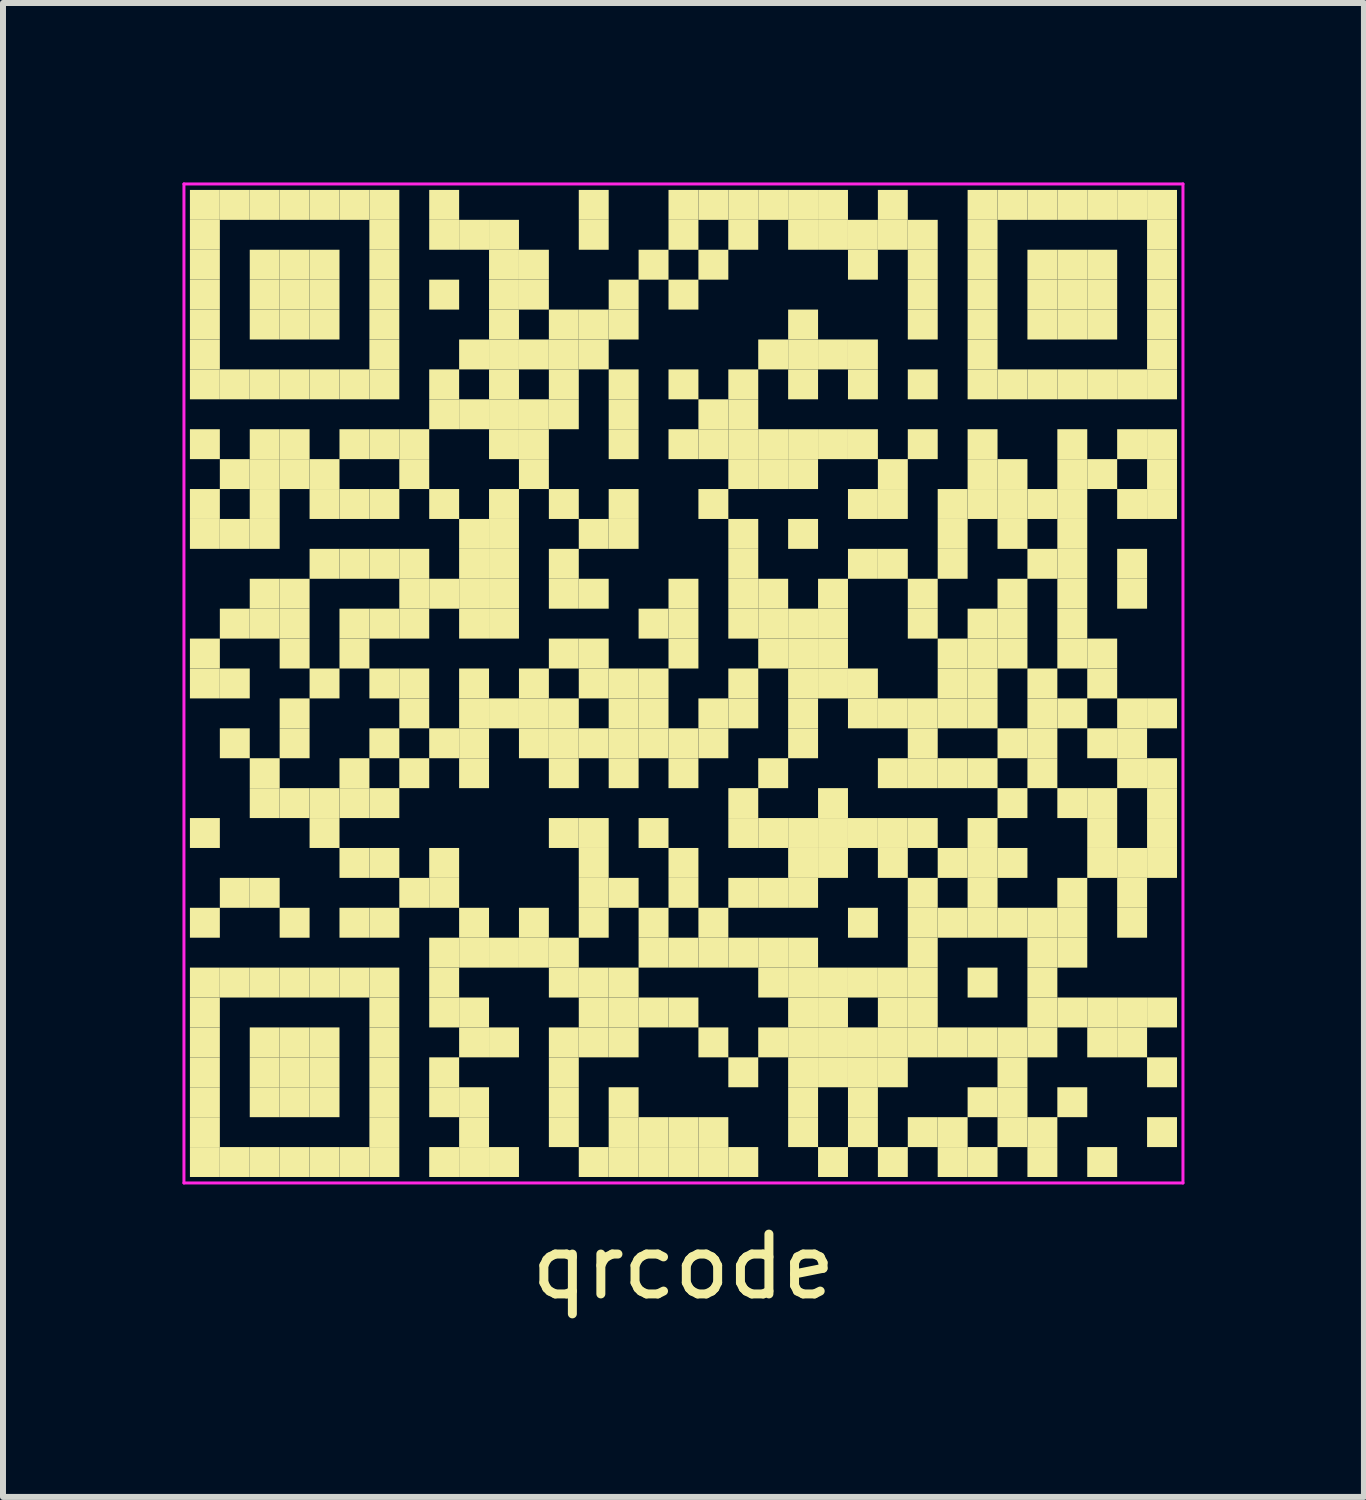
<source format=kicad_pcb>
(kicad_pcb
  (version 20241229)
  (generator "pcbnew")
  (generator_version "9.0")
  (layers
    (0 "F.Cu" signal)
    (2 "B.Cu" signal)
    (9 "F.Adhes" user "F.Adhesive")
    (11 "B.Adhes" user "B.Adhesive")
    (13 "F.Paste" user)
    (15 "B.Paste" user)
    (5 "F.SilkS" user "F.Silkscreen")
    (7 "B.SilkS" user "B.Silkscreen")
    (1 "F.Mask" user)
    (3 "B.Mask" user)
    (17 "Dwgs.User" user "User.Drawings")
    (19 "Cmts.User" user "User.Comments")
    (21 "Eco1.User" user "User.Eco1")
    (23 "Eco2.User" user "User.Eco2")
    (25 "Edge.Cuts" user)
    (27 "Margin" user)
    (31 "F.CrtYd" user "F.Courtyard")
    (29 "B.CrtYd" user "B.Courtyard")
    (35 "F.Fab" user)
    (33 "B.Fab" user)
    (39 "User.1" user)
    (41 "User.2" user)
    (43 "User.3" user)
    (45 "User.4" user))
  (footprint "qrcode"
    (layer "F.Cu")
    (at 8.375 8.375)
    (property "Reference" "qrcode" (at 0 9.75 0) (layer "F.SilkS") (effects (font (size 1 1) (thickness 0.15))))
    (fp_rect (start -8.25 -8.25) (end -7.75 -7.75) (stroke (width 0) (type default)) (fill yes) (layer "F.SilkS"))
    (fp_rect (start -8.25 -7.75) (end -7.75 -7.25) (stroke (width 0) (type default)) (fill yes) (layer "F.SilkS"))
    (fp_rect (start -8.25 -7.25) (end -7.75 -6.75) (stroke (width 0) (type default)) (fill yes) (layer "F.SilkS"))
    (fp_rect (start -8.25 -6.75) (end -7.75 -6.25) (stroke (width 0) (type default)) (fill yes) (layer "F.SilkS"))
    (fp_rect (start -8.25 -6.25) (end -7.75 -5.75) (stroke (width 0) (type default)) (fill yes) (layer "F.SilkS"))
    (fp_rect (start -8.25 -5.75) (end -7.75 -5.25) (stroke (width 0) (type default)) (fill yes) (layer "F.SilkS"))
    (fp_rect (start -8.25 -5.25) (end -7.75 -4.75) (stroke (width 0) (type default)) (fill yes) (layer "F.SilkS"))
    (fp_rect (start -8.25 -4.25) (end -7.75 -3.75) (stroke (width 0) (type default)) (fill yes) (layer "F.SilkS"))
    (fp_rect (start -8.25 -3.25) (end -7.75 -2.75) (stroke (width 0) (type default)) (fill yes) (layer "F.SilkS"))
    (fp_rect (start -8.25 -2.75) (end -7.75 -2.25) (stroke (width 0) (type default)) (fill yes) (layer "F.SilkS"))
    (fp_rect (start -8.25 -0.75) (end -7.75 -0.25) (stroke (width 0) (type default)) (fill yes) (layer "F.SilkS"))
    (fp_rect (start -8.25 -0.25) (end -7.75 0.25) (stroke (width 0) (type default)) (fill yes) (layer "F.SilkS"))
    (fp_rect (start -8.25 2.25) (end -7.75 2.75) (stroke (width 0) (type default)) (fill yes) (layer "F.SilkS"))
    (fp_rect (start -8.25 3.75) (end -7.75 4.25) (stroke (width 0) (type default)) (fill yes) (layer "F.SilkS"))
    (fp_rect (start -8.25 4.75) (end -7.75 5.25) (stroke (width 0) (type default)) (fill yes) (layer "F.SilkS"))
    (fp_rect (start -8.25 5.25) (end -7.75 5.75) (stroke (width 0) (type default)) (fill yes) (layer "F.SilkS"))
    (fp_rect (start -8.25 5.75) (end -7.75 6.25) (stroke (width 0) (type default)) (fill yes) (layer "F.SilkS"))
    (fp_rect (start -8.25 6.25) (end -7.75 6.75) (stroke (width 0) (type default)) (fill yes) (layer "F.SilkS"))
    (fp_rect (start -8.25 6.75) (end -7.75 7.25) (stroke (width 0) (type default)) (fill yes) (layer "F.SilkS"))
    (fp_rect (start -8.25 7.25) (end -7.75 7.75) (stroke (width 0) (type default)) (fill yes) (layer "F.SilkS"))
    (fp_rect (start -8.25 7.75) (end -7.75 8.25) (stroke (width 0) (type default)) (fill yes) (layer "F.SilkS"))
    (fp_rect (start -7.75 -8.25) (end -7.25 -7.75) (stroke (width 0) (type default)) (fill yes) (layer "F.SilkS"))
    (fp_rect (start -7.75 -5.25) (end -7.25 -4.75) (stroke (width 0) (type default)) (fill yes) (layer "F.SilkS"))
    (fp_rect (start -7.75 -3.75) (end -7.25 -3.25) (stroke (width 0) (type default)) (fill yes) (layer "F.SilkS"))
    (fp_rect (start -7.75 -2.75) (end -7.25 -2.25) (stroke (width 0) (type default)) (fill yes) (layer "F.SilkS"))
    (fp_rect (start -7.75 -1.25) (end -7.25 -0.75) (stroke (width 0) (type default)) (fill yes) (layer "F.SilkS"))
    (fp_rect (start -7.75 -0.25) (end -7.25 0.25) (stroke (width 0) (type default)) (fill yes) (layer "F.SilkS"))
    (fp_rect (start -7.75 0.75) (end -7.25 1.25) (stroke (width 0) (type default)) (fill yes) (layer "F.SilkS"))
    (fp_rect (start -7.75 3.25) (end -7.25 3.75) (stroke (width 0) (type default)) (fill yes) (layer "F.SilkS"))
    (fp_rect (start -7.75 4.75) (end -7.25 5.25) (stroke (width 0) (type default)) (fill yes) (layer "F.SilkS"))
    (fp_rect (start -7.75 7.75) (end -7.25 8.25) (stroke (width 0) (type default)) (fill yes) (layer "F.SilkS"))
    (fp_rect (start -7.25 -8.25) (end -6.75 -7.75) (stroke (width 0) (type default)) (fill yes) (layer "F.SilkS"))
    (fp_rect (start -7.25 -7.25) (end -6.75 -6.75) (stroke (width 0) (type default)) (fill yes) (layer "F.SilkS"))
    (fp_rect (start -7.25 -6.75) (end -6.75 -6.25) (stroke (width 0) (type default)) (fill yes) (layer "F.SilkS"))
    (fp_rect (start -7.25 -6.25) (end -6.75 -5.75) (stroke (width 0) (type default)) (fill yes) (layer "F.SilkS"))
    (fp_rect (start -7.25 -5.25) (end -6.75 -4.75) (stroke (width 0) (type default)) (fill yes) (layer "F.SilkS"))
    (fp_rect (start -7.25 -4.25) (end -6.75 -3.75) (stroke (width 0) (type default)) (fill yes) (layer "F.SilkS"))
    (fp_rect (start -7.25 -3.75) (end -6.75 -3.25) (stroke (width 0) (type default)) (fill yes) (layer "F.SilkS"))
    (fp_rect (start -7.25 -3.25) (end -6.75 -2.75) (stroke (width 0) (type default)) (fill yes) (layer "F.SilkS"))
    (fp_rect (start -7.25 -2.75) (end -6.75 -2.25) (stroke (width 0) (type default)) (fill yes) (layer "F.SilkS"))
    (fp_rect (start -7.25 -1.75) (end -6.75 -1.25) (stroke (width 0) (type default)) (fill yes) (layer "F.SilkS"))
    (fp_rect (start -7.25 -1.25) (end -6.75 -0.75) (stroke (width 0) (type default)) (fill yes) (layer "F.SilkS"))
    (fp_rect (start -7.25 1.25) (end -6.75 1.75) (stroke (width 0) (type default)) (fill yes) (layer "F.SilkS"))
    (fp_rect (start -7.25 1.75) (end -6.75 2.25) (stroke (width 0) (type default)) (fill yes) (layer "F.SilkS"))
    (fp_rect (start -7.25 3.25) (end -6.75 3.75) (stroke (width 0) (type default)) (fill yes) (layer "F.SilkS"))
    (fp_rect (start -7.25 4.75) (end -6.75 5.25) (stroke (width 0) (type default)) (fill yes) (layer "F.SilkS"))
    (fp_rect (start -7.25 5.75) (end -6.75 6.25) (stroke (width 0) (type default)) (fill yes) (layer "F.SilkS"))
    (fp_rect (start -7.25 6.25) (end -6.75 6.75) (stroke (width 0) (type default)) (fill yes) (layer "F.SilkS"))
    (fp_rect (start -7.25 6.75) (end -6.75 7.25) (stroke (width 0) (type default)) (fill yes) (layer "F.SilkS"))
    (fp_rect (start -7.25 7.75) (end -6.75 8.25) (stroke (width 0) (type default)) (fill yes) (layer "F.SilkS"))
    (fp_rect (start -6.75 -8.25) (end -6.25 -7.75) (stroke (width 0) (type default)) (fill yes) (layer "F.SilkS"))
    (fp_rect (start -6.75 -7.25) (end -6.25 -6.75) (stroke (width 0) (type default)) (fill yes) (layer "F.SilkS"))
    (fp_rect (start -6.75 -6.75) (end -6.25 -6.25) (stroke (width 0) (type default)) (fill yes) (layer "F.SilkS"))
    (fp_rect (start -6.75 -6.25) (end -6.25 -5.75) (stroke (width 0) (type default)) (fill yes) (layer "F.SilkS"))
    (fp_rect (start -6.75 -5.25) (end -6.25 -4.75) (stroke (width 0) (type default)) (fill yes) (layer "F.SilkS"))
    (fp_rect (start -6.75 -4.25) (end -6.25 -3.75) (stroke (width 0) (type default)) (fill yes) (layer "F.SilkS"))
    (fp_rect (start -6.75 -3.75) (end -6.25 -3.25) (stroke (width 0) (type default)) (fill yes) (layer "F.SilkS"))
    (fp_rect (start -6.75 -1.75) (end -6.25 -1.25) (stroke (width 0) (type default)) (fill yes) (layer "F.SilkS"))
    (fp_rect (start -6.75 -1.25) (end -6.25 -0.75) (stroke (width 0) (type default)) (fill yes) (layer "F.SilkS"))
    (fp_rect (start -6.75 -0.75) (end -6.25 -0.25) (stroke (width 0) (type default)) (fill yes) (layer "F.SilkS"))
    (fp_rect (start -6.75 0.25) (end -6.25 0.75) (stroke (width 0) (type default)) (fill yes) (layer "F.SilkS"))
    (fp_rect (start -6.75 0.75) (end -6.25 1.25) (stroke (width 0) (type default)) (fill yes) (layer "F.SilkS"))
    (fp_rect (start -6.75 1.75) (end -6.25 2.25) (stroke (width 0) (type default)) (fill yes) (layer "F.SilkS"))
    (fp_rect (start -6.75 3.75) (end -6.25 4.25) (stroke (width 0) (type default)) (fill yes) (layer "F.SilkS"))
    (fp_rect (start -6.75 4.75) (end -6.25 5.25) (stroke (width 0) (type default)) (fill yes) (layer "F.SilkS"))
    (fp_rect (start -6.75 5.75) (end -6.25 6.25) (stroke (width 0) (type default)) (fill yes) (layer "F.SilkS"))
    (fp_rect (start -6.75 6.25) (end -6.25 6.75) (stroke (width 0) (type default)) (fill yes) (layer "F.SilkS"))
    (fp_rect (start -6.75 6.75) (end -6.25 7.25) (stroke (width 0) (type default)) (fill yes) (layer "F.SilkS"))
    (fp_rect (start -6.75 7.75) (end -6.25 8.25) (stroke (width 0) (type default)) (fill yes) (layer "F.SilkS"))
    (fp_rect (start -6.25 -8.25) (end -5.75 -7.75) (stroke (width 0) (type default)) (fill yes) (layer "F.SilkS"))
    (fp_rect (start -6.25 -7.25) (end -5.75 -6.75) (stroke (width 0) (type default)) (fill yes) (layer "F.SilkS"))
    (fp_rect (start -6.25 -6.75) (end -5.75 -6.25) (stroke (width 0) (type default)) (fill yes) (layer "F.SilkS"))
    (fp_rect (start -6.25 -6.25) (end -5.75 -5.75) (stroke (width 0) (type default)) (fill yes) (layer "F.SilkS"))
    (fp_rect (start -6.25 -5.25) (end -5.75 -4.75) (stroke (width 0) (type default)) (fill yes) (layer "F.SilkS"))
    (fp_rect (start -6.25 -3.75) (end -5.75 -3.25) (stroke (width 0) (type default)) (fill yes) (layer "F.SilkS"))
    (fp_rect (start -6.25 -3.25) (end -5.75 -2.75) (stroke (width 0) (type default)) (fill yes) (layer "F.SilkS"))
    (fp_rect (start -6.25 -2.25) (end -5.75 -1.75) (stroke (width 0) (type default)) (fill yes) (layer "F.SilkS"))
    (fp_rect (start -6.25 -0.25) (end -5.75 0.25) (stroke (width 0) (type default)) (fill yes) (layer "F.SilkS"))
    (fp_rect (start -6.25 1.75) (end -5.75 2.25) (stroke (width 0) (type default)) (fill yes) (layer "F.SilkS"))
    (fp_rect (start -6.25 2.25) (end -5.75 2.75) (stroke (width 0) (type default)) (fill yes) (layer "F.SilkS"))
    (fp_rect (start -6.25 4.75) (end -5.75 5.25) (stroke (width 0) (type default)) (fill yes) (layer "F.SilkS"))
    (fp_rect (start -6.25 5.75) (end -5.75 6.25) (stroke (width 0) (type default)) (fill yes) (layer "F.SilkS"))
    (fp_rect (start -6.25 6.25) (end -5.75 6.75) (stroke (width 0) (type default)) (fill yes) (layer "F.SilkS"))
    (fp_rect (start -6.25 6.75) (end -5.75 7.25) (stroke (width 0) (type default)) (fill yes) (layer "F.SilkS"))
    (fp_rect (start -6.25 7.75) (end -5.75 8.25) (stroke (width 0) (type default)) (fill yes) (layer "F.SilkS"))
    (fp_rect (start -5.75 -8.25) (end -5.25 -7.75) (stroke (width 0) (type default)) (fill yes) (layer "F.SilkS"))
    (fp_rect (start -5.75 -5.25) (end -5.25 -4.75) (stroke (width 0) (type default)) (fill yes) (layer "F.SilkS"))
    (fp_rect (start -5.75 -4.25) (end -5.25 -3.75) (stroke (width 0) (type default)) (fill yes) (layer "F.SilkS"))
    (fp_rect (start -5.75 -3.25) (end -5.25 -2.75) (stroke (width 0) (type default)) (fill yes) (layer "F.SilkS"))
    (fp_rect (start -5.75 -2.25) (end -5.25 -1.75) (stroke (width 0) (type default)) (fill yes) (layer "F.SilkS"))
    (fp_rect (start -5.75 -1.25) (end -5.25 -0.75) (stroke (width 0) (type default)) (fill yes) (layer "F.SilkS"))
    (fp_rect (start -5.75 -0.75) (end -5.25 -0.25) (stroke (width 0) (type default)) (fill yes) (layer "F.SilkS"))
    (fp_rect (start -5.75 1.25) (end -5.25 1.75) (stroke (width 0) (type default)) (fill yes) (layer "F.SilkS"))
    (fp_rect (start -5.75 1.75) (end -5.25 2.25) (stroke (width 0) (type default)) (fill yes) (layer "F.SilkS"))
    (fp_rect (start -5.75 2.75) (end -5.25 3.25) (stroke (width 0) (type default)) (fill yes) (layer "F.SilkS"))
    (fp_rect (start -5.75 3.75) (end -5.25 4.25) (stroke (width 0) (type default)) (fill yes) (layer "F.SilkS"))
    (fp_rect (start -5.75 4.75) (end -5.25 5.25) (stroke (width 0) (type default)) (fill yes) (layer "F.SilkS"))
    (fp_rect (start -5.75 7.75) (end -5.25 8.25) (stroke (width 0) (type default)) (fill yes) (layer "F.SilkS"))
    (fp_rect (start -5.25 -8.25) (end -4.75 -7.75) (stroke (width 0) (type default)) (fill yes) (layer "F.SilkS"))
    (fp_rect (start -5.25 -7.75) (end -4.75 -7.25) (stroke (width 0) (type default)) (fill yes) (layer "F.SilkS"))
    (fp_rect (start -5.25 -7.25) (end -4.75 -6.75) (stroke (width 0) (type default)) (fill yes) (layer "F.SilkS"))
    (fp_rect (start -5.25 -6.75) (end -4.75 -6.25) (stroke (width 0) (type default)) (fill yes) (layer "F.SilkS"))
    (fp_rect (start -5.25 -6.25) (end -4.75 -5.75) (stroke (width 0) (type default)) (fill yes) (layer "F.SilkS"))
    (fp_rect (start -5.25 -5.75) (end -4.75 -5.25) (stroke (width 0) (type default)) (fill yes) (layer "F.SilkS"))
    (fp_rect (start -5.25 -5.25) (end -4.75 -4.75) (stroke (width 0) (type default)) (fill yes) (layer "F.SilkS"))
    (fp_rect (start -5.25 -4.25) (end -4.75 -3.75) (stroke (width 0) (type default)) (fill yes) (layer "F.SilkS"))
    (fp_rect (start -5.25 -3.25) (end -4.75 -2.75) (stroke (width 0) (type default)) (fill yes) (layer "F.SilkS"))
    (fp_rect (start -5.25 -2.25) (end -4.75 -1.75) (stroke (width 0) (type default)) (fill yes) (layer "F.SilkS"))
    (fp_rect (start -5.25 -1.25) (end -4.75 -0.75) (stroke (width 0) (type default)) (fill yes) (layer "F.SilkS"))
    (fp_rect (start -5.25 -0.25) (end -4.75 0.25) (stroke (width 0) (type default)) (fill yes) (layer "F.SilkS"))
    (fp_rect (start -5.25 0.75) (end -4.75 1.25) (stroke (width 0) (type default)) (fill yes) (layer "F.SilkS"))
    (fp_rect (start -5.25 1.75) (end -4.75 2.25) (stroke (width 0) (type default)) (fill yes) (layer "F.SilkS"))
    (fp_rect (start -5.25 2.75) (end -4.75 3.25) (stroke (width 0) (type default)) (fill yes) (layer "F.SilkS"))
    (fp_rect (start -5.25 3.75) (end -4.75 4.25) (stroke (width 0) (type default)) (fill yes) (layer "F.SilkS"))
    (fp_rect (start -5.25 4.75) (end -4.75 5.25) (stroke (width 0) (type default)) (fill yes) (layer "F.SilkS"))
    (fp_rect (start -5.25 5.25) (end -4.75 5.75) (stroke (width 0) (type default)) (fill yes) (layer "F.SilkS"))
    (fp_rect (start -5.25 5.75) (end -4.75 6.25) (stroke (width 0) (type default)) (fill yes) (layer "F.SilkS"))
    (fp_rect (start -5.25 6.25) (end -4.75 6.75) (stroke (width 0) (type default)) (fill yes) (layer "F.SilkS"))
    (fp_rect (start -5.25 6.75) (end -4.75 7.25) (stroke (width 0) (type default)) (fill yes) (layer "F.SilkS"))
    (fp_rect (start -5.25 7.25) (end -4.75 7.75) (stroke (width 0) (type default)) (fill yes) (layer "F.SilkS"))
    (fp_rect (start -5.25 7.75) (end -4.75 8.25) (stroke (width 0) (type default)) (fill yes) (layer "F.SilkS"))
    (fp_rect (start -4.75 -4.25) (end -4.25 -3.75) (stroke (width 0) (type default)) (fill yes) (layer "F.SilkS"))
    (fp_rect (start -4.75 -3.75) (end -4.25 -3.25) (stroke (width 0) (type default)) (fill yes) (layer "F.SilkS"))
    (fp_rect (start -4.75 -2.25) (end -4.25 -1.75) (stroke (width 0) (type default)) (fill yes) (layer "F.SilkS"))
    (fp_rect (start -4.75 -1.75) (end -4.25 -1.25) (stroke (width 0) (type default)) (fill yes) (layer "F.SilkS"))
    (fp_rect (start -4.75 -1.25) (end -4.25 -0.75) (stroke (width 0) (type default)) (fill yes) (layer "F.SilkS"))
    (fp_rect (start -4.75 -0.25) (end -4.25 0.25) (stroke (width 0) (type default)) (fill yes) (layer "F.SilkS"))
    (fp_rect (start -4.75 0.25) (end -4.25 0.75) (stroke (width 0) (type default)) (fill yes) (layer "F.SilkS"))
    (fp_rect (start -4.75 1.25) (end -4.25 1.75) (stroke (width 0) (type default)) (fill yes) (layer "F.SilkS"))
    (fp_rect (start -4.75 3.25) (end -4.25 3.75) (stroke (width 0) (type default)) (fill yes) (layer "F.SilkS"))
    (fp_rect (start -4.25 -8.25) (end -3.75 -7.75) (stroke (width 0) (type default)) (fill yes) (layer "F.SilkS"))
    (fp_rect (start -4.25 -7.75) (end -3.75 -7.25) (stroke (width 0) (type default)) (fill yes) (layer "F.SilkS"))
    (fp_rect (start -4.25 -6.75) (end -3.75 -6.25) (stroke (width 0) (type default)) (fill yes) (layer "F.SilkS"))
    (fp_rect (start -4.25 -5.25) (end -3.75 -4.75) (stroke (width 0) (type default)) (fill yes) (layer "F.SilkS"))
    (fp_rect (start -4.25 -4.75) (end -3.75 -4.25) (stroke (width 0) (type default)) (fill yes) (layer "F.SilkS"))
    (fp_rect (start -4.25 -3.25) (end -3.75 -2.75) (stroke (width 0) (type default)) (fill yes) (layer "F.SilkS"))
    (fp_rect (start -4.25 -1.75) (end -3.75 -1.25) (stroke (width 0) (type default)) (fill yes) (layer "F.SilkS"))
    (fp_rect (start -4.25 0.75) (end -3.75 1.25) (stroke (width 0) (type default)) (fill yes) (layer "F.SilkS"))
    (fp_rect (start -4.25 2.75) (end -3.75 3.25) (stroke (width 0) (type default)) (fill yes) (layer "F.SilkS"))
    (fp_rect (start -4.25 3.25) (end -3.75 3.75) (stroke (width 0) (type default)) (fill yes) (layer "F.SilkS"))
    (fp_rect (start -4.25 4.25) (end -3.75 4.75) (stroke (width 0) (type default)) (fill yes) (layer "F.SilkS"))
    (fp_rect (start -4.25 4.75) (end -3.75 5.25) (stroke (width 0) (type default)) (fill yes) (layer "F.SilkS"))
    (fp_rect (start -4.25 5.25) (end -3.75 5.75) (stroke (width 0) (type default)) (fill yes) (layer "F.SilkS"))
    (fp_rect (start -4.25 6.25) (end -3.75 6.75) (stroke (width 0) (type default)) (fill yes) (layer "F.SilkS"))
    (fp_rect (start -4.25 6.75) (end -3.75 7.25) (stroke (width 0) (type default)) (fill yes) (layer "F.SilkS"))
    (fp_rect (start -4.25 7.75) (end -3.75 8.25) (stroke (width 0) (type default)) (fill yes) (layer "F.SilkS"))
    (fp_rect (start -3.75 -7.75) (end -3.25 -7.25) (stroke (width 0) (type default)) (fill yes) (layer "F.SilkS"))
    (fp_rect (start -3.75 -5.75) (end -3.25 -5.25) (stroke (width 0) (type default)) (fill yes) (layer "F.SilkS"))
    (fp_rect (start -3.75 -4.75) (end -3.25 -4.25) (stroke (width 0) (type default)) (fill yes) (layer "F.SilkS"))
    (fp_rect (start -3.75 -2.75) (end -3.25 -2.25) (stroke (width 0) (type default)) (fill yes) (layer "F.SilkS"))
    (fp_rect (start -3.75 -2.25) (end -3.25 -1.75) (stroke (width 0) (type default)) (fill yes) (layer "F.SilkS"))
    (fp_rect (start -3.75 -1.75) (end -3.25 -1.25) (stroke (width 0) (type default)) (fill yes) (layer "F.SilkS"))
    (fp_rect (start -3.75 -1.25) (end -3.25 -0.75) (stroke (width 0) (type default)) (fill yes) (layer "F.SilkS"))
    (fp_rect (start -3.75 -0.25) (end -3.25 0.25) (stroke (width 0) (type default)) (fill yes) (layer "F.SilkS"))
    (fp_rect (start -3.75 0.25) (end -3.25 0.75) (stroke (width 0) (type default)) (fill yes) (layer "F.SilkS"))
    (fp_rect (start -3.75 0.75) (end -3.25 1.25) (stroke (width 0) (type default)) (fill yes) (layer "F.SilkS"))
    (fp_rect (start -3.75 1.25) (end -3.25 1.75) (stroke (width 0) (type default)) (fill yes) (layer "F.SilkS"))
    (fp_rect (start -3.75 3.75) (end -3.25 4.25) (stroke (width 0) (type default)) (fill yes) (layer "F.SilkS"))
    (fp_rect (start -3.75 4.25) (end -3.25 4.75) (stroke (width 0) (type default)) (fill yes) (layer "F.SilkS"))
    (fp_rect (start -3.75 5.25) (end -3.25 5.75) (stroke (width 0) (type default)) (fill yes) (layer "F.SilkS"))
    (fp_rect (start -3.75 5.75) (end -3.25 6.25) (stroke (width 0) (type default)) (fill yes) (layer "F.SilkS"))
    (fp_rect (start -3.75 6.75) (end -3.25 7.25) (stroke (width 0) (type default)) (fill yes) (layer "F.SilkS"))
    (fp_rect (start -3.75 7.25) (end -3.25 7.75) (stroke (width 0) (type default)) (fill yes) (layer "F.SilkS"))
    (fp_rect (start -3.75 7.75) (end -3.25 8.25) (stroke (width 0) (type default)) (fill yes) (layer "F.SilkS"))
    (fp_rect (start -3.25 -7.75) (end -2.75 -7.25) (stroke (width 0) (type default)) (fill yes) (layer "F.SilkS"))
    (fp_rect (start -3.25 -7.25) (end -2.75 -6.75) (stroke (width 0) (type default)) (fill yes) (layer "F.SilkS"))
    (fp_rect (start -3.25 -6.75) (end -2.75 -6.25) (stroke (width 0) (type default)) (fill yes) (layer "F.SilkS"))
    (fp_rect (start -3.25 -6.25) (end -2.75 -5.75) (stroke (width 0) (type default)) (fill yes) (layer "F.SilkS"))
    (fp_rect (start -3.25 -5.75) (end -2.75 -5.25) (stroke (width 0) (type default)) (fill yes) (layer "F.SilkS"))
    (fp_rect (start -3.25 -5.25) (end -2.75 -4.75) (stroke (width 0) (type default)) (fill yes) (layer "F.SilkS"))
    (fp_rect (start -3.25 -4.75) (end -2.75 -4.25) (stroke (width 0) (type default)) (fill yes) (layer "F.SilkS"))
    (fp_rect (start -3.25 -4.25) (end -2.75 -3.75) (stroke (width 0) (type default)) (fill yes) (layer "F.SilkS"))
    (fp_rect (start -3.25 -3.25) (end -2.75 -2.75) (stroke (width 0) (type default)) (fill yes) (layer "F.SilkS"))
    (fp_rect (start -3.25 -2.75) (end -2.75 -2.25) (stroke (width 0) (type default)) (fill yes) (layer "F.SilkS"))
    (fp_rect (start -3.25 -2.25) (end -2.75 -1.75) (stroke (width 0) (type default)) (fill yes) (layer "F.SilkS"))
    (fp_rect (start -3.25 -1.75) (end -2.75 -1.25) (stroke (width 0) (type default)) (fill yes) (layer "F.SilkS"))
    (fp_rect (start -3.25 -1.25) (end -2.75 -0.75) (stroke (width 0) (type default)) (fill yes) (layer "F.SilkS"))
    (fp_rect (start -3.25 0.25) (end -2.75 0.75) (stroke (width 0) (type default)) (fill yes) (layer "F.SilkS"))
    (fp_rect (start -3.25 4.25) (end -2.75 4.75) (stroke (width 0) (type default)) (fill yes) (layer "F.SilkS"))
    (fp_rect (start -3.25 5.75) (end -2.75 6.25) (stroke (width 0) (type default)) (fill yes) (layer "F.SilkS"))
    (fp_rect (start -3.25 7.75) (end -2.75 8.25) (stroke (width 0) (type default)) (fill yes) (layer "F.SilkS"))
    (fp_rect (start -2.75 -7.25) (end -2.25 -6.75) (stroke (width 0) (type default)) (fill yes) (layer "F.SilkS"))
    (fp_rect (start -2.75 -6.75) (end -2.25 -6.25) (stroke (width 0) (type default)) (fill yes) (layer "F.SilkS"))
    (fp_rect (start -2.75 -5.75) (end -2.25 -5.25) (stroke (width 0) (type default)) (fill yes) (layer "F.SilkS"))
    (fp_rect (start -2.75 -4.75) (end -2.25 -4.25) (stroke (width 0) (type default)) (fill yes) (layer "F.SilkS"))
    (fp_rect (start -2.75 -4.25) (end -2.25 -3.75) (stroke (width 0) (type default)) (fill yes) (layer "F.SilkS"))
    (fp_rect (start -2.75 -3.75) (end -2.25 -3.25) (stroke (width 0) (type default)) (fill yes) (layer "F.SilkS"))
    (fp_rect (start -2.75 -0.25) (end -2.25 0.25) (stroke (width 0) (type default)) (fill yes) (layer "F.SilkS"))
    (fp_rect (start -2.75 0.25) (end -2.25 0.75) (stroke (width 0) (type default)) (fill yes) (layer "F.SilkS"))
    (fp_rect (start -2.75 0.75) (end -2.25 1.25) (stroke (width 0) (type default)) (fill yes) (layer "F.SilkS"))
    (fp_rect (start -2.75 3.75) (end -2.25 4.25) (stroke (width 0) (type default)) (fill yes) (layer "F.SilkS"))
    (fp_rect (start -2.75 4.25) (end -2.25 4.75) (stroke (width 0) (type default)) (fill yes) (layer "F.SilkS"))
    (fp_rect (start -2.25 -6.25) (end -1.75 -5.75) (stroke (width 0) (type default)) (fill yes) (layer "F.SilkS"))
    (fp_rect (start -2.25 -5.75) (end -1.75 -5.25) (stroke (width 0) (type default)) (fill yes) (layer "F.SilkS"))
    (fp_rect (start -2.25 -5.25) (end -1.75 -4.75) (stroke (width 0) (type default)) (fill yes) (layer "F.SilkS"))
    (fp_rect (start -2.25 -4.75) (end -1.75 -4.25) (stroke (width 0) (type default)) (fill yes) (layer "F.SilkS"))
    (fp_rect (start -2.25 -3.25) (end -1.75 -2.75) (stroke (width 0) (type default)) (fill yes) (layer "F.SilkS"))
    (fp_rect (start -2.25 -2.25) (end -1.75 -1.75) (stroke (width 0) (type default)) (fill yes) (layer "F.SilkS"))
    (fp_rect (start -2.25 -1.75) (end -1.75 -1.25) (stroke (width 0) (type default)) (fill yes) (layer "F.SilkS"))
    (fp_rect (start -2.25 -0.75) (end -1.75 -0.25) (stroke (width 0) (type default)) (fill yes) (layer "F.SilkS"))
    (fp_rect (start -2.25 0.25) (end -1.75 0.75) (stroke (width 0) (type default)) (fill yes) (layer "F.SilkS"))
    (fp_rect (start -2.25 0.75) (end -1.75 1.25) (stroke (width 0) (type default)) (fill yes) (layer "F.SilkS"))
    (fp_rect (start -2.25 1.25) (end -1.75 1.75) (stroke (width 0) (type default)) (fill yes) (layer "F.SilkS"))
    (fp_rect (start -2.25 2.25) (end -1.75 2.75) (stroke (width 0) (type default)) (fill yes) (layer "F.SilkS"))
    (fp_rect (start -2.25 4.25) (end -1.75 4.75) (stroke (width 0) (type default)) (fill yes) (layer "F.SilkS"))
    (fp_rect (start -2.25 4.75) (end -1.75 5.25) (stroke (width 0) (type default)) (fill yes) (layer "F.SilkS"))
    (fp_rect (start -2.25 5.75) (end -1.75 6.25) (stroke (width 0) (type default)) (fill yes) (layer "F.SilkS"))
    (fp_rect (start -2.25 6.25) (end -1.75 6.75) (stroke (width 0) (type default)) (fill yes) (layer "F.SilkS"))
    (fp_rect (start -2.25 6.75) (end -1.75 7.25) (stroke (width 0) (type default)) (fill yes) (layer "F.SilkS"))
    (fp_rect (start -2.25 7.25) (end -1.75 7.75) (stroke (width 0) (type default)) (fill yes) (layer "F.SilkS"))
    (fp_rect (start -1.75 -8.25) (end -1.25 -7.75) (stroke (width 0) (type default)) (fill yes) (layer "F.SilkS"))
    (fp_rect (start -1.75 -7.75) (end -1.25 -7.25) (stroke (width 0) (type default)) (fill yes) (layer "F.SilkS"))
    (fp_rect (start -1.75 -6.25) (end -1.25 -5.75) (stroke (width 0) (type default)) (fill yes) (layer "F.SilkS"))
    (fp_rect (start -1.75 -5.75) (end -1.25 -5.25) (stroke (width 0) (type default)) (fill yes) (layer "F.SilkS"))
    (fp_rect (start -1.75 -2.75) (end -1.25 -2.25) (stroke (width 0) (type default)) (fill yes) (layer "F.SilkS"))
    (fp_rect (start -1.75 -1.75) (end -1.25 -1.25) (stroke (width 0) (type default)) (fill yes) (layer "F.SilkS"))
    (fp_rect (start -1.75 -0.75) (end -1.25 -0.25) (stroke (width 0) (type default)) (fill yes) (layer "F.SilkS"))
    (fp_rect (start -1.75 -0.25) (end -1.25 0.25) (stroke (width 0) (type default)) (fill yes) (layer "F.SilkS"))
    (fp_rect (start -1.75 0.75) (end -1.25 1.25) (stroke (width 0) (type default)) (fill yes) (layer "F.SilkS"))
    (fp_rect (start -1.75 2.25) (end -1.25 2.75) (stroke (width 0) (type default)) (fill yes) (layer "F.SilkS"))
    (fp_rect (start -1.75 2.75) (end -1.25 3.25) (stroke (width 0) (type default)) (fill yes) (layer "F.SilkS"))
    (fp_rect (start -1.75 3.25) (end -1.25 3.75) (stroke (width 0) (type default)) (fill yes) (layer "F.SilkS"))
    (fp_rect (start -1.75 3.75) (end -1.25 4.25) (stroke (width 0) (type default)) (fill yes) (layer "F.SilkS"))
    (fp_rect (start -1.75 4.75) (end -1.25 5.25) (stroke (width 0) (type default)) (fill yes) (layer "F.SilkS"))
    (fp_rect (start -1.75 5.25) (end -1.25 5.75) (stroke (width 0) (type default)) (fill yes) (layer "F.SilkS"))
    (fp_rect (start -1.75 5.75) (end -1.25 6.25) (stroke (width 0) (type default)) (fill yes) (layer "F.SilkS"))
    (fp_rect (start -1.75 7.75) (end -1.25 8.25) (stroke (width 0) (type default)) (fill yes) (layer "F.SilkS"))
    (fp_rect (start -1.25 -6.75) (end -0.75 -6.25) (stroke (width 0) (type default)) (fill yes) (layer "F.SilkS"))
    (fp_rect (start -1.25 -6.25) (end -0.75 -5.75) (stroke (width 0) (type default)) (fill yes) (layer "F.SilkS"))
    (fp_rect (start -1.25 -5.25) (end -0.75 -4.75) (stroke (width 0) (type default)) (fill yes) (layer "F.SilkS"))
    (fp_rect (start -1.25 -4.75) (end -0.75 -4.25) (stroke (width 0) (type default)) (fill yes) (layer "F.SilkS"))
    (fp_rect (start -1.25 -4.25) (end -0.75 -3.75) (stroke (width 0) (type default)) (fill yes) (layer "F.SilkS"))
    (fp_rect (start -1.25 -3.25) (end -0.75 -2.75) (stroke (width 0) (type default)) (fill yes) (layer "F.SilkS"))
    (fp_rect (start -1.25 -2.75) (end -0.75 -2.25) (stroke (width 0) (type default)) (fill yes) (layer "F.SilkS"))
    (fp_rect (start -1.25 -0.25) (end -0.75 0.25) (stroke (width 0) (type default)) (fill yes) (layer "F.SilkS"))
    (fp_rect (start -1.25 0.25) (end -0.75 0.75) (stroke (width 0) (type default)) (fill yes) (layer "F.SilkS"))
    (fp_rect (start -1.25 0.75) (end -0.75 1.25) (stroke (width 0) (type default)) (fill yes) (layer "F.SilkS"))
    (fp_rect (start -1.25 1.25) (end -0.75 1.75) (stroke (width 0) (type default)) (fill yes) (layer "F.SilkS"))
    (fp_rect (start -1.25 3.25) (end -0.75 3.75) (stroke (width 0) (type default)) (fill yes) (layer "F.SilkS"))
    (fp_rect (start -1.25 4.75) (end -0.75 5.25) (stroke (width 0) (type default)) (fill yes) (layer "F.SilkS"))
    (fp_rect (start -1.25 5.25) (end -0.75 5.75) (stroke (width 0) (type default)) (fill yes) (layer "F.SilkS"))
    (fp_rect (start -1.25 5.75) (end -0.75 6.25) (stroke (width 0) (type default)) (fill yes) (layer "F.SilkS"))
    (fp_rect (start -1.25 6.75) (end -0.75 7.25) (stroke (width 0) (type default)) (fill yes) (layer "F.SilkS"))
    (fp_rect (start -1.25 7.25) (end -0.75 7.75) (stroke (width 0) (type default)) (fill yes) (layer "F.SilkS"))
    (fp_rect (start -1.25 7.75) (end -0.75 8.25) (stroke (width 0) (type default)) (fill yes) (layer "F.SilkS"))
    (fp_rect (start -0.75 -7.25) (end -0.25 -6.75) (stroke (width 0) (type default)) (fill yes) (layer "F.SilkS"))
    (fp_rect (start -0.75 -1.25) (end -0.25 -0.75) (stroke (width 0) (type default)) (fill yes) (layer "F.SilkS"))
    (fp_rect (start -0.75 -0.25) (end -0.25 0.25) (stroke (width 0) (type default)) (fill yes) (layer "F.SilkS"))
    (fp_rect (start -0.75 0.25) (end -0.25 0.75) (stroke (width 0) (type default)) (fill yes) (layer "F.SilkS"))
    (fp_rect (start -0.75 0.75) (end -0.25 1.25) (stroke (width 0) (type default)) (fill yes) (layer "F.SilkS"))
    (fp_rect (start -0.75 2.25) (end -0.25 2.75) (stroke (width 0) (type default)) (fill yes) (layer "F.SilkS"))
    (fp_rect (start -0.75 3.75) (end -0.25 4.25) (stroke (width 0) (type default)) (fill yes) (layer "F.SilkS"))
    (fp_rect (start -0.75 4.25) (end -0.25 4.75) (stroke (width 0) (type default)) (fill yes) (layer "F.SilkS"))
    (fp_rect (start -0.75 5.25) (end -0.25 5.75) (stroke (width 0) (type default)) (fill yes) (layer "F.SilkS"))
    (fp_rect (start -0.75 7.25) (end -0.25 7.75) (stroke (width 0) (type default)) (fill yes) (layer "F.SilkS"))
    (fp_rect (start -0.75 7.75) (end -0.25 8.25) (stroke (width 0) (type default)) (fill yes) (layer "F.SilkS"))
    (fp_rect (start -0.25 -8.25) (end 0.25 -7.75) (stroke (width 0) (type default)) (fill yes) (layer "F.SilkS"))
    (fp_rect (start -0.25 -7.75) (end 0.25 -7.25) (stroke (width 0) (type default)) (fill yes) (layer "F.SilkS"))
    (fp_rect (start -0.25 -6.75) (end 0.25 -6.25) (stroke (width 0) (type default)) (fill yes) (layer "F.SilkS"))
    (fp_rect (start -0.25 -5.25) (end 0.25 -4.75) (stroke (width 0) (type default)) (fill yes) (layer "F.SilkS"))
    (fp_rect (start -0.25 -4.25) (end 0.25 -3.75) (stroke (width 0) (type default)) (fill yes) (layer "F.SilkS"))
    (fp_rect (start -0.25 -1.75) (end 0.25 -1.25) (stroke (width 0) (type default)) (fill yes) (layer "F.SilkS"))
    (fp_rect (start -0.25 -1.25) (end 0.25 -0.75) (stroke (width 0) (type default)) (fill yes) (layer "F.SilkS"))
    (fp_rect (start -0.25 -0.75) (end 0.25 -0.25) (stroke (width 0) (type default)) (fill yes) (layer "F.SilkS"))
    (fp_rect (start -0.25 0.75) (end 0.25 1.25) (stroke (width 0) (type default)) (fill yes) (layer "F.SilkS"))
    (fp_rect (start -0.25 1.25) (end 0.25 1.75) (stroke (width 0) (type default)) (fill yes) (layer "F.SilkS"))
    (fp_rect (start -0.25 2.75) (end 0.25 3.25) (stroke (width 0) (type default)) (fill yes) (layer "F.SilkS"))
    (fp_rect (start -0.25 3.25) (end 0.25 3.75) (stroke (width 0) (type default)) (fill yes) (layer "F.SilkS"))
    (fp_rect (start -0.25 4.25) (end 0.25 4.75) (stroke (width 0) (type default)) (fill yes) (layer "F.SilkS"))
    (fp_rect (start -0.25 5.25) (end 0.25 5.75) (stroke (width 0) (type default)) (fill yes) (layer "F.SilkS"))
    (fp_rect (start -0.25 7.25) (end 0.25 7.75) (stroke (width 0) (type default)) (fill yes) (layer "F.SilkS"))
    (fp_rect (start -0.25 7.75) (end 0.25 8.25) (stroke (width 0) (type default)) (fill yes) (layer "F.SilkS"))
    (fp_rect (start 0.25 -8.25) (end 0.75 -7.75) (stroke (width 0) (type default)) (fill yes) (layer "F.SilkS"))
    (fp_rect (start 0.25 -7.25) (end 0.75 -6.75) (stroke (width 0) (type default)) (fill yes) (layer "F.SilkS"))
    (fp_rect (start 0.25 -4.75) (end 0.75 -4.25) (stroke (width 0) (type default)) (fill yes) (layer "F.SilkS"))
    (fp_rect (start 0.25 -4.25) (end 0.75 -3.75) (stroke (width 0) (type default)) (fill yes) (layer "F.SilkS"))
    (fp_rect (start 0.25 -3.25) (end 0.75 -2.75) (stroke (width 0) (type default)) (fill yes) (layer "F.SilkS"))
    (fp_rect (start 0.25 0.25) (end 0.75 0.75) (stroke (width 0) (type default)) (fill yes) (layer "F.SilkS"))
    (fp_rect (start 0.25 0.75) (end 0.75 1.25) (stroke (width 0) (type default)) (fill yes) (layer "F.SilkS"))
    (fp_rect (start 0.25 3.75) (end 0.75 4.25) (stroke (width 0) (type default)) (fill yes) (layer "F.SilkS"))
    (fp_rect (start 0.25 4.25) (end 0.75 4.75) (stroke (width 0) (type default)) (fill yes) (layer "F.SilkS"))
    (fp_rect (start 0.25 5.75) (end 0.75 6.25) (stroke (width 0) (type default)) (fill yes) (layer "F.SilkS"))
    (fp_rect (start 0.25 7.25) (end 0.75 7.75) (stroke (width 0) (type default)) (fill yes) (layer "F.SilkS"))
    (fp_rect (start 0.25 7.75) (end 0.75 8.25) (stroke (width 0) (type default)) (fill yes) (layer "F.SilkS"))
    (fp_rect (start 0.75 -8.25) (end 1.25 -7.75) (stroke (width 0) (type default)) (fill yes) (layer "F.SilkS"))
    (fp_rect (start 0.75 -7.75) (end 1.25 -7.25) (stroke (width 0) (type default)) (fill yes) (layer "F.SilkS"))
    (fp_rect (start 0.75 -5.25) (end 1.25 -4.75) (stroke (width 0) (type default)) (fill yes) (layer "F.SilkS"))
    (fp_rect (start 0.75 -4.75) (end 1.25 -4.25) (stroke (width 0) (type default)) (fill yes) (layer "F.SilkS"))
    (fp_rect (start 0.75 -4.25) (end 1.25 -3.75) (stroke (width 0) (type default)) (fill yes) (layer "F.SilkS"))
    (fp_rect (start 0.75 -3.75) (end 1.25 -3.25) (stroke (width 0) (type default)) (fill yes) (layer "F.SilkS"))
    (fp_rect (start 0.75 -2.75) (end 1.25 -2.25) (stroke (width 0) (type default)) (fill yes) (layer "F.SilkS"))
    (fp_rect (start 0.75 -2.25) (end 1.25 -1.75) (stroke (width 0) (type default)) (fill yes) (layer "F.SilkS"))
    (fp_rect (start 0.75 -1.75) (end 1.25 -1.25) (stroke (width 0) (type default)) (fill yes) (layer "F.SilkS"))
    (fp_rect (start 0.75 -1.25) (end 1.25 -0.75) (stroke (width 0) (type default)) (fill yes) (layer "F.SilkS"))
    (fp_rect (start 0.75 -0.25) (end 1.25 0.25) (stroke (width 0) (type default)) (fill yes) (layer "F.SilkS"))
    (fp_rect (start 0.75 0.25) (end 1.25 0.75) (stroke (width 0) (type default)) (fill yes) (layer "F.SilkS"))
    (fp_rect (start 0.75 1.75) (end 1.25 2.25) (stroke (width 0) (type default)) (fill yes) (layer "F.SilkS"))
    (fp_rect (start 0.75 2.25) (end 1.25 2.75) (stroke (width 0) (type default)) (fill yes) (layer "F.SilkS"))
    (fp_rect (start 0.75 3.25) (end 1.25 3.75) (stroke (width 0) (type default)) (fill yes) (layer "F.SilkS"))
    (fp_rect (start 0.75 4.25) (end 1.25 4.75) (stroke (width 0) (type default)) (fill yes) (layer "F.SilkS"))
    (fp_rect (start 0.75 6.25) (end 1.25 6.75) (stroke (width 0) (type default)) (fill yes) (layer "F.SilkS"))
    (fp_rect (start 0.75 7.75) (end 1.25 8.25) (stroke (width 0) (type default)) (fill yes) (layer "F.SilkS"))
    (fp_rect (start 1.25 -8.25) (end 1.75 -7.75) (stroke (width 0) (type default)) (fill yes) (layer "F.SilkS"))
    (fp_rect (start 1.25 -5.75) (end 1.75 -5.25) (stroke (width 0) (type default)) (fill yes) (layer "F.SilkS"))
    (fp_rect (start 1.25 -4.25) (end 1.75 -3.75) (stroke (width 0) (type default)) (fill yes) (layer "F.SilkS"))
    (fp_rect (start 1.25 -3.75) (end 1.75 -3.25) (stroke (width 0) (type default)) (fill yes) (layer "F.SilkS"))
    (fp_rect (start 1.25 -1.75) (end 1.75 -1.25) (stroke (width 0) (type default)) (fill yes) (layer "F.SilkS"))
    (fp_rect (start 1.25 -1.25) (end 1.75 -0.75) (stroke (width 0) (type default)) (fill yes) (layer "F.SilkS"))
    (fp_rect (start 1.25 -0.75) (end 1.75 -0.25) (stroke (width 0) (type default)) (fill yes) (layer "F.SilkS"))
    (fp_rect (start 1.25 1.25) (end 1.75 1.75) (stroke (width 0) (type default)) (fill yes) (layer "F.SilkS"))
    (fp_rect (start 1.25 2.25) (end 1.75 2.75) (stroke (width 0) (type default)) (fill yes) (layer "F.SilkS"))
    (fp_rect (start 1.25 3.25) (end 1.75 3.75) (stroke (width 0) (type default)) (fill yes) (layer "F.SilkS"))
    (fp_rect (start 1.25 4.25) (end 1.75 4.75) (stroke (width 0) (type default)) (fill yes) (layer "F.SilkS"))
    (fp_rect (start 1.25 4.75) (end 1.75 5.25) (stroke (width 0) (type default)) (fill yes) (layer "F.SilkS"))
    (fp_rect (start 1.25 5.75) (end 1.75 6.25) (stroke (width 0) (type default)) (fill yes) (layer "F.SilkS"))
    (fp_rect (start 1.75 -8.25) (end 2.25 -7.75) (stroke (width 0) (type default)) (fill yes) (layer "F.SilkS"))
    (fp_rect (start 1.75 -7.75) (end 2.25 -7.25) (stroke (width 0) (type default)) (fill yes) (layer "F.SilkS"))
    (fp_rect (start 1.75 -6.25) (end 2.25 -5.75) (stroke (width 0) (type default)) (fill yes) (layer "F.SilkS"))
    (fp_rect (start 1.75 -5.75) (end 2.25 -5.25) (stroke (width 0) (type default)) (fill yes) (layer "F.SilkS"))
    (fp_rect (start 1.75 -5.25) (end 2.25 -4.75) (stroke (width 0) (type default)) (fill yes) (layer "F.SilkS"))
    (fp_rect (start 1.75 -4.25) (end 2.25 -3.75) (stroke (width 0) (type default)) (fill yes) (layer "F.SilkS"))
    (fp_rect (start 1.75 -3.75) (end 2.25 -3.25) (stroke (width 0) (type default)) (fill yes) (layer "F.SilkS"))
    (fp_rect (start 1.75 -2.75) (end 2.25 -2.25) (stroke (width 0) (type default)) (fill yes) (layer "F.SilkS"))
    (fp_rect (start 1.75 -1.25) (end 2.25 -0.75) (stroke (width 0) (type default)) (fill yes) (layer "F.SilkS"))
    (fp_rect (start 1.75 -0.75) (end 2.25 -0.25) (stroke (width 0) (type default)) (fill yes) (layer "F.SilkS"))
    (fp_rect (start 1.75 -0.25) (end 2.25 0.25) (stroke (width 0) (type default)) (fill yes) (layer "F.SilkS"))
    (fp_rect (start 1.75 0.25) (end 2.25 0.75) (stroke (width 0) (type default)) (fill yes) (layer "F.SilkS"))
    (fp_rect (start 1.75 0.75) (end 2.25 1.25) (stroke (width 0) (type default)) (fill yes) (layer "F.SilkS"))
    (fp_rect (start 1.75 2.25) (end 2.25 2.75) (stroke (width 0) (type default)) (fill yes) (layer "F.SilkS"))
    (fp_rect (start 1.75 2.75) (end 2.25 3.25) (stroke (width 0) (type default)) (fill yes) (layer "F.SilkS"))
    (fp_rect (start 1.75 3.25) (end 2.25 3.75) (stroke (width 0) (type default)) (fill yes) (layer "F.SilkS"))
    (fp_rect (start 1.75 4.25) (end 2.25 4.75) (stroke (width 0) (type default)) (fill yes) (layer "F.SilkS"))
    (fp_rect (start 1.75 4.75) (end 2.25 5.25) (stroke (width 0) (type default)) (fill yes) (layer "F.SilkS"))
    (fp_rect (start 1.75 5.25) (end 2.25 5.75) (stroke (width 0) (type default)) (fill yes) (layer "F.SilkS"))
    (fp_rect (start 1.75 5.75) (end 2.25 6.25) (stroke (width 0) (type default)) (fill yes) (layer "F.SilkS"))
    (fp_rect (start 1.75 6.25) (end 2.25 6.75) (stroke (width 0) (type default)) (fill yes) (layer "F.SilkS"))
    (fp_rect (start 1.75 6.75) (end 2.25 7.25) (stroke (width 0) (type default)) (fill yes) (layer "F.SilkS"))
    (fp_rect (start 1.75 7.25) (end 2.25 7.75) (stroke (width 0) (type default)) (fill yes) (layer "F.SilkS"))
    (fp_rect (start 2.25 -8.25) (end 2.75 -7.75) (stroke (width 0) (type default)) (fill yes) (layer "F.SilkS"))
    (fp_rect (start 2.25 -7.75) (end 2.75 -7.25) (stroke (width 0) (type default)) (fill yes) (layer "F.SilkS"))
    (fp_rect (start 2.25 -5.75) (end 2.75 -5.25) (stroke (width 0) (type default)) (fill yes) (layer "F.SilkS"))
    (fp_rect (start 2.25 -4.25) (end 2.75 -3.75) (stroke (width 0) (type default)) (fill yes) (layer "F.SilkS"))
    (fp_rect (start 2.25 -1.75) (end 2.75 -1.25) (stroke (width 0) (type default)) (fill yes) (layer "F.SilkS"))
    (fp_rect (start 2.25 -1.25) (end 2.75 -0.75) (stroke (width 0) (type default)) (fill yes) (layer "F.SilkS"))
    (fp_rect (start 2.25 -0.75) (end 2.75 -0.25) (stroke (width 0) (type default)) (fill yes) (layer "F.SilkS"))
    (fp_rect (start 2.25 -0.25) (end 2.75 0.25) (stroke (width 0) (type default)) (fill yes) (layer "F.SilkS"))
    (fp_rect (start 2.25 1.75) (end 2.75 2.25) (stroke (width 0) (type default)) (fill yes) (layer "F.SilkS"))
    (fp_rect (start 2.25 2.25) (end 2.75 2.75) (stroke (width 0) (type default)) (fill yes) (layer "F.SilkS"))
    (fp_rect (start 2.25 2.75) (end 2.75 3.25) (stroke (width 0) (type default)) (fill yes) (layer "F.SilkS"))
    (fp_rect (start 2.25 4.75) (end 2.75 5.25) (stroke (width 0) (type default)) (fill yes) (layer "F.SilkS"))
    (fp_rect (start 2.25 5.25) (end 2.75 5.75) (stroke (width 0) (type default)) (fill yes) (layer "F.SilkS"))
    (fp_rect (start 2.25 5.75) (end 2.75 6.25) (stroke (width 0) (type default)) (fill yes) (layer "F.SilkS"))
    (fp_rect (start 2.25 6.25) (end 2.75 6.75) (stroke (width 0) (type default)) (fill yes) (layer "F.SilkS"))
    (fp_rect (start 2.25 7.75) (end 2.75 8.25) (stroke (width 0) (type default)) (fill yes) (layer "F.SilkS"))
    (fp_rect (start 2.75 -7.75) (end 3.25 -7.25) (stroke (width 0) (type default)) (fill yes) (layer "F.SilkS"))
    (fp_rect (start 2.75 -7.25) (end 3.25 -6.75) (stroke (width 0) (type default)) (fill yes) (layer "F.SilkS"))
    (fp_rect (start 2.75 -5.75) (end 3.25 -5.25) (stroke (width 0) (type default)) (fill yes) (layer "F.SilkS"))
    (fp_rect (start 2.75 -5.25) (end 3.25 -4.75) (stroke (width 0) (type default)) (fill yes) (layer "F.SilkS"))
    (fp_rect (start 2.75 -4.25) (end 3.25 -3.75) (stroke (width 0) (type default)) (fill yes) (layer "F.SilkS"))
    (fp_rect (start 2.75 -3.25) (end 3.25 -2.75) (stroke (width 0) (type default)) (fill yes) (layer "F.SilkS"))
    (fp_rect (start 2.75 -2.25) (end 3.25 -1.75) (stroke (width 0) (type default)) (fill yes) (layer "F.SilkS"))
    (fp_rect (start 2.75 -0.25) (end 3.25 0.25) (stroke (width 0) (type default)) (fill yes) (layer "F.SilkS"))
    (fp_rect (start 2.75 0.25) (end 3.25 0.75) (stroke (width 0) (type default)) (fill yes) (layer "F.SilkS"))
    (fp_rect (start 2.75 2.25) (end 3.25 2.75) (stroke (width 0) (type default)) (fill yes) (layer "F.SilkS"))
    (fp_rect (start 2.75 3.75) (end 3.25 4.25) (stroke (width 0) (type default)) (fill yes) (layer "F.SilkS"))
    (fp_rect (start 2.75 4.75) (end 3.25 5.25) (stroke (width 0) (type default)) (fill yes) (layer "F.SilkS"))
    (fp_rect (start 2.75 5.75) (end 3.25 6.25) (stroke (width 0) (type default)) (fill yes) (layer "F.SilkS"))
    (fp_rect (start 2.75 6.25) (end 3.25 6.75) (stroke (width 0) (type default)) (fill yes) (layer "F.SilkS"))
    (fp_rect (start 2.75 6.75) (end 3.25 7.25) (stroke (width 0) (type default)) (fill yes) (layer "F.SilkS"))
    (fp_rect (start 2.75 7.25) (end 3.25 7.75) (stroke (width 0) (type default)) (fill yes) (layer "F.SilkS"))
    (fp_rect (start 3.25 -8.25) (end 3.75 -7.75) (stroke (width 0) (type default)) (fill yes) (layer "F.SilkS"))
    (fp_rect (start 3.25 -7.75) (end 3.75 -7.25) (stroke (width 0) (type default)) (fill yes) (layer "F.SilkS"))
    (fp_rect (start 3.25 -3.75) (end 3.75 -3.25) (stroke (width 0) (type default)) (fill yes) (layer "F.SilkS"))
    (fp_rect (start 3.25 -3.25) (end 3.75 -2.75) (stroke (width 0) (type default)) (fill yes) (layer "F.SilkS"))
    (fp_rect (start 3.25 -2.25) (end 3.75 -1.75) (stroke (width 0) (type default)) (fill yes) (layer "F.SilkS"))
    (fp_rect (start 3.25 0.25) (end 3.75 0.75) (stroke (width 0) (type default)) (fill yes) (layer "F.SilkS"))
    (fp_rect (start 3.25 1.25) (end 3.75 1.75) (stroke (width 0) (type default)) (fill yes) (layer "F.SilkS"))
    (fp_rect (start 3.25 2.25) (end 3.75 2.75) (stroke (width 0) (type default)) (fill yes) (layer "F.SilkS"))
    (fp_rect (start 3.25 2.75) (end 3.75 3.25) (stroke (width 0) (type default)) (fill yes) (layer "F.SilkS"))
    (fp_rect (start 3.25 4.75) (end 3.75 5.25) (stroke (width 0) (type default)) (fill yes) (layer "F.SilkS"))
    (fp_rect (start 3.25 5.25) (end 3.75 5.75) (stroke (width 0) (type default)) (fill yes) (layer "F.SilkS"))
    (fp_rect (start 3.25 5.75) (end 3.75 6.25) (stroke (width 0) (type default)) (fill yes) (layer "F.SilkS"))
    (fp_rect (start 3.25 6.25) (end 3.75 6.75) (stroke (width 0) (type default)) (fill yes) (layer "F.SilkS"))
    (fp_rect (start 3.25 7.75) (end 3.75 8.25) (stroke (width 0) (type default)) (fill yes) (layer "F.SilkS"))
    (fp_rect (start 3.75 -7.75) (end 4.25 -7.25) (stroke (width 0) (type default)) (fill yes) (layer "F.SilkS"))
    (fp_rect (start 3.75 -7.25) (end 4.25 -6.75) (stroke (width 0) (type default)) (fill yes) (layer "F.SilkS"))
    (fp_rect (start 3.75 -6.75) (end 4.25 -6.25) (stroke (width 0) (type default)) (fill yes) (layer "F.SilkS"))
    (fp_rect (start 3.75 -6.25) (end 4.25 -5.75) (stroke (width 0) (type default)) (fill yes) (layer "F.SilkS"))
    (fp_rect (start 3.75 -5.25) (end 4.25 -4.75) (stroke (width 0) (type default)) (fill yes) (layer "F.SilkS"))
    (fp_rect (start 3.75 -4.25) (end 4.25 -3.75) (stroke (width 0) (type default)) (fill yes) (layer "F.SilkS"))
    (fp_rect (start 3.75 -1.75) (end 4.25 -1.25) (stroke (width 0) (type default)) (fill yes) (layer "F.SilkS"))
    (fp_rect (start 3.75 -1.25) (end 4.25 -0.75) (stroke (width 0) (type default)) (fill yes) (layer "F.SilkS"))
    (fp_rect (start 3.75 0.25) (end 4.25 0.75) (stroke (width 0) (type default)) (fill yes) (layer "F.SilkS"))
    (fp_rect (start 3.75 0.75) (end 4.25 1.25) (stroke (width 0) (type default)) (fill yes) (layer "F.SilkS"))
    (fp_rect (start 3.75 1.25) (end 4.25 1.75) (stroke (width 0) (type default)) (fill yes) (layer "F.SilkS"))
    (fp_rect (start 3.75 2.25) (end 4.25 2.75) (stroke (width 0) (type default)) (fill yes) (layer "F.SilkS"))
    (fp_rect (start 3.75 3.25) (end 4.25 3.75) (stroke (width 0) (type default)) (fill yes) (layer "F.SilkS"))
    (fp_rect (start 3.75 3.75) (end 4.25 4.25) (stroke (width 0) (type default)) (fill yes) (layer "F.SilkS"))
    (fp_rect (start 3.75 4.25) (end 4.25 4.75) (stroke (width 0) (type default)) (fill yes) (layer "F.SilkS"))
    (fp_rect (start 3.75 4.75) (end 4.25 5.25) (stroke (width 0) (type default)) (fill yes) (layer "F.SilkS"))
    (fp_rect (start 3.75 5.25) (end 4.25 5.75) (stroke (width 0) (type default)) (fill yes) (layer "F.SilkS"))
    (fp_rect (start 3.75 5.75) (end 4.25 6.25) (stroke (width 0) (type default)) (fill yes) (layer "F.SilkS"))
    (fp_rect (start 3.75 7.25) (end 4.25 7.75) (stroke (width 0) (type default)) (fill yes) (layer "F.SilkS"))
    (fp_rect (start 4.25 -3.25) (end 4.75 -2.75) (stroke (width 0) (type default)) (fill yes) (layer "F.SilkS"))
    (fp_rect (start 4.25 -2.75) (end 4.75 -2.25) (stroke (width 0) (type default)) (fill yes) (layer "F.SilkS"))
    (fp_rect (start 4.25 -2.25) (end 4.75 -1.75) (stroke (width 0) (type default)) (fill yes) (layer "F.SilkS"))
    (fp_rect (start 4.25 -0.75) (end 4.75 -0.25) (stroke (width 0) (type default)) (fill yes) (layer "F.SilkS"))
    (fp_rect (start 4.25 -0.25) (end 4.75 0.25) (stroke (width 0) (type default)) (fill yes) (layer "F.SilkS"))
    (fp_rect (start 4.25 0.25) (end 4.75 0.75) (stroke (width 0) (type default)) (fill yes) (layer "F.SilkS"))
    (fp_rect (start 4.25 1.25) (end 4.75 1.75) (stroke (width 0) (type default)) (fill yes) (layer "F.SilkS"))
    (fp_rect (start 4.25 2.75) (end 4.75 3.25) (stroke (width 0) (type default)) (fill yes) (layer "F.SilkS"))
    (fp_rect (start 4.25 3.75) (end 4.75 4.25) (stroke (width 0) (type default)) (fill yes) (layer "F.SilkS"))
    (fp_rect (start 4.25 5.75) (end 4.75 6.25) (stroke (width 0) (type default)) (fill yes) (layer "F.SilkS"))
    (fp_rect (start 4.25 7.25) (end 4.75 7.75) (stroke (width 0) (type default)) (fill yes) (layer "F.SilkS"))
    (fp_rect (start 4.25 7.75) (end 4.75 8.25) (stroke (width 0) (type default)) (fill yes) (layer "F.SilkS"))
    (fp_rect (start 4.75 -8.25) (end 5.25 -7.75) (stroke (width 0) (type default)) (fill yes) (layer "F.SilkS"))
    (fp_rect (start 4.75 -7.75) (end 5.25 -7.25) (stroke (width 0) (type default)) (fill yes) (layer "F.SilkS"))
    (fp_rect (start 4.75 -7.25) (end 5.25 -6.75) (stroke (width 0) (type default)) (fill yes) (layer "F.SilkS"))
    (fp_rect (start 4.75 -6.75) (end 5.25 -6.25) (stroke (width 0) (type default)) (fill yes) (layer "F.SilkS"))
    (fp_rect (start 4.75 -6.25) (end 5.25 -5.75) (stroke (width 0) (type default)) (fill yes) (layer "F.SilkS"))
    (fp_rect (start 4.75 -5.75) (end 5.25 -5.25) (stroke (width 0) (type default)) (fill yes) (layer "F.SilkS"))
    (fp_rect (start 4.75 -5.25) (end 5.25 -4.75) (stroke (width 0) (type default)) (fill yes) (layer "F.SilkS"))
    (fp_rect (start 4.75 -4.25) (end 5.25 -3.75) (stroke (width 0) (type default)) (fill yes) (layer "F.SilkS"))
    (fp_rect (start 4.75 -3.75) (end 5.25 -3.25) (stroke (width 0) (type default)) (fill yes) (layer "F.SilkS"))
    (fp_rect (start 4.75 -3.25) (end 5.25 -2.75) (stroke (width 0) (type default)) (fill yes) (layer "F.SilkS"))
    (fp_rect (start 4.75 -1.25) (end 5.25 -0.75) (stroke (width 0) (type default)) (fill yes) (layer "F.SilkS"))
    (fp_rect (start 4.75 -0.75) (end 5.25 -0.25) (stroke (width 0) (type default)) (fill yes) (layer "F.SilkS"))
    (fp_rect (start 4.75 -0.25) (end 5.25 0.25) (stroke (width 0) (type default)) (fill yes) (layer "F.SilkS"))
    (fp_rect (start 4.75 0.25) (end 5.25 0.75) (stroke (width 0) (type default)) (fill yes) (layer "F.SilkS"))
    (fp_rect (start 4.75 1.25) (end 5.25 1.75) (stroke (width 0) (type default)) (fill yes) (layer "F.SilkS"))
    (fp_rect (start 4.75 2.25) (end 5.25 2.75) (stroke (width 0) (type default)) (fill yes) (layer "F.SilkS"))
    (fp_rect (start 4.75 2.75) (end 5.25 3.25) (stroke (width 0) (type default)) (fill yes) (layer "F.SilkS"))
    (fp_rect (start 4.75 3.25) (end 5.25 3.75) (stroke (width 0) (type default)) (fill yes) (layer "F.SilkS"))
    (fp_rect (start 4.75 3.75) (end 5.25 4.25) (stroke (width 0) (type default)) (fill yes) (layer "F.SilkS"))
    (fp_rect (start 4.75 4.75) (end 5.25 5.25) (stroke (width 0) (type default)) (fill yes) (layer "F.SilkS"))
    (fp_rect (start 4.75 5.75) (end 5.25 6.25) (stroke (width 0) (type default)) (fill yes) (layer "F.SilkS"))
    (fp_rect (start 4.75 6.75) (end 5.25 7.25) (stroke (width 0) (type default)) (fill yes) (layer "F.SilkS"))
    (fp_rect (start 4.75 7.75) (end 5.25 8.25) (stroke (width 0) (type default)) (fill yes) (layer "F.SilkS"))
    (fp_rect (start 5.25 -8.25) (end 5.75 -7.75) (stroke (width 0) (type default)) (fill yes) (layer "F.SilkS"))
    (fp_rect (start 5.25 -5.25) (end 5.75 -4.75) (stroke (width 0) (type default)) (fill yes) (layer "F.SilkS"))
    (fp_rect (start 5.25 -3.75) (end 5.75 -3.25) (stroke (width 0) (type default)) (fill yes) (layer "F.SilkS"))
    (fp_rect (start 5.25 -3.25) (end 5.75 -2.75) (stroke (width 0) (type default)) (fill yes) (layer "F.SilkS"))
    (fp_rect (start 5.25 -2.75) (end 5.75 -2.25) (stroke (width 0) (type default)) (fill yes) (layer "F.SilkS"))
    (fp_rect (start 5.25 -1.75) (end 5.75 -1.25) (stroke (width 0) (type default)) (fill yes) (layer "F.SilkS"))
    (fp_rect (start 5.25 -1.25) (end 5.75 -0.75) (stroke (width 0) (type default)) (fill yes) (layer "F.SilkS"))
    (fp_rect (start 5.25 -0.75) (end 5.75 -0.25) (stroke (width 0) (type default)) (fill yes) (layer "F.SilkS"))
    (fp_rect (start 5.25 0.75) (end 5.75 1.25) (stroke (width 0) (type default)) (fill yes) (layer "F.SilkS"))
    (fp_rect (start 5.25 1.75) (end 5.75 2.25) (stroke (width 0) (type default)) (fill yes) (layer "F.SilkS"))
    (fp_rect (start 5.25 2.75) (end 5.75 3.25) (stroke (width 0) (type default)) (fill yes) (layer "F.SilkS"))
    (fp_rect (start 5.25 3.75) (end 5.75 4.25) (stroke (width 0) (type default)) (fill yes) (layer "F.SilkS"))
    (fp_rect (start 5.25 5.75) (end 5.75 6.25) (stroke (width 0) (type default)) (fill yes) (layer "F.SilkS"))
    (fp_rect (start 5.25 6.25) (end 5.75 6.75) (stroke (width 0) (type default)) (fill yes) (layer "F.SilkS"))
    (fp_rect (start 5.25 6.75) (end 5.75 7.25) (stroke (width 0) (type default)) (fill yes) (layer "F.SilkS"))
    (fp_rect (start 5.25 7.25) (end 5.75 7.75) (stroke (width 0) (type default)) (fill yes) (layer "F.SilkS"))
    (fp_rect (start 5.75 -8.25) (end 6.25 -7.75) (stroke (width 0) (type default)) (fill yes) (layer "F.SilkS"))
    (fp_rect (start 5.75 -7.25) (end 6.25 -6.75) (stroke (width 0) (type default)) (fill yes) (layer "F.SilkS"))
    (fp_rect (start 5.75 -6.75) (end 6.25 -6.25) (stroke (width 0) (type default)) (fill yes) (layer "F.SilkS"))
    (fp_rect (start 5.75 -6.25) (end 6.25 -5.75) (stroke (width 0) (type default)) (fill yes) (layer "F.SilkS"))
    (fp_rect (start 5.75 -5.25) (end 6.25 -4.75) (stroke (width 0) (type default)) (fill yes) (layer "F.SilkS"))
    (fp_rect (start 5.75 -3.25) (end 6.25 -2.75) (stroke (width 0) (type default)) (fill yes) (layer "F.SilkS"))
    (fp_rect (start 5.75 -2.25) (end 6.25 -1.75) (stroke (width 0) (type default)) (fill yes) (layer "F.SilkS"))
    (fp_rect (start 5.75 -0.25) (end 6.25 0.25) (stroke (width 0) (type default)) (fill yes) (layer "F.SilkS"))
    (fp_rect (start 5.75 0.25) (end 6.25 0.75) (stroke (width 0) (type default)) (fill yes) (layer "F.SilkS"))
    (fp_rect (start 5.75 0.75) (end 6.25 1.25) (stroke (width 0) (type default)) (fill yes) (layer "F.SilkS"))
    (fp_rect (start 5.75 1.25) (end 6.25 1.75) (stroke (width 0) (type default)) (fill yes) (layer "F.SilkS"))
    (fp_rect (start 5.75 3.75) (end 6.25 4.25) (stroke (width 0) (type default)) (fill yes) (layer "F.SilkS"))
    (fp_rect (start 5.75 4.25) (end 6.25 4.75) (stroke (width 0) (type default)) (fill yes) (layer "F.SilkS"))
    (fp_rect (start 5.75 4.75) (end 6.25 5.25) (stroke (width 0) (type default)) (fill yes) (layer "F.SilkS"))
    (fp_rect (start 5.75 5.25) (end 6.25 5.75) (stroke (width 0) (type default)) (fill yes) (layer "F.SilkS"))
    (fp_rect (start 5.75 5.75) (end 6.25 6.25) (stroke (width 0) (type default)) (fill yes) (layer "F.SilkS"))
    (fp_rect (start 5.75 7.25) (end 6.25 7.75) (stroke (width 0) (type default)) (fill yes) (layer "F.SilkS"))
    (fp_rect (start 5.75 7.75) (end 6.25 8.25) (stroke (width 0) (type default)) (fill yes) (layer "F.SilkS"))
    (fp_rect (start 6.25 -8.25) (end 6.75 -7.75) (stroke (width 0) (type default)) (fill yes) (layer "F.SilkS"))
    (fp_rect (start 6.25 -7.25) (end 6.75 -6.75) (stroke (width 0) (type default)) (fill yes) (layer "F.SilkS"))
    (fp_rect (start 6.25 -6.75) (end 6.75 -6.25) (stroke (width 0) (type default)) (fill yes) (layer "F.SilkS"))
    (fp_rect (start 6.25 -6.25) (end 6.75 -5.75) (stroke (width 0) (type default)) (fill yes) (layer "F.SilkS"))
    (fp_rect (start 6.25 -5.25) (end 6.75 -4.75) (stroke (width 0) (type default)) (fill yes) (layer "F.SilkS"))
    (fp_rect (start 6.25 -4.25) (end 6.75 -3.75) (stroke (width 0) (type default)) (fill yes) (layer "F.SilkS"))
    (fp_rect (start 6.25 -3.75) (end 6.75 -3.25) (stroke (width 0) (type default)) (fill yes) (layer "F.SilkS"))
    (fp_rect (start 6.25 -3.25) (end 6.75 -2.75) (stroke (width 0) (type default)) (fill yes) (layer "F.SilkS"))
    (fp_rect (start 6.25 -2.75) (end 6.75 -2.25) (stroke (width 0) (type default)) (fill yes) (layer "F.SilkS"))
    (fp_rect (start 6.25 -2.25) (end 6.75 -1.75) (stroke (width 0) (type default)) (fill yes) (layer "F.SilkS"))
    (fp_rect (start 6.25 -1.75) (end 6.75 -1.25) (stroke (width 0) (type default)) (fill yes) (layer "F.SilkS"))
    (fp_rect (start 6.25 -1.25) (end 6.75 -0.75) (stroke (width 0) (type default)) (fill yes) (layer "F.SilkS"))
    (fp_rect (start 6.25 -0.75) (end 6.75 -0.25) (stroke (width 0) (type default)) (fill yes) (layer "F.SilkS"))
    (fp_rect (start 6.25 0.25) (end 6.75 0.75) (stroke (width 0) (type default)) (fill yes) (layer "F.SilkS"))
    (fp_rect (start 6.25 1.75) (end 6.75 2.25) (stroke (width 0) (type default)) (fill yes) (layer "F.SilkS"))
    (fp_rect (start 6.25 3.25) (end 6.75 3.75) (stroke (width 0) (type default)) (fill yes) (layer "F.SilkS"))
    (fp_rect (start 6.25 3.75) (end 6.75 4.25) (stroke (width 0) (type default)) (fill yes) (layer "F.SilkS"))
    (fp_rect (start 6.25 4.25) (end 6.75 4.75) (stroke (width 0) (type default)) (fill yes) (layer "F.SilkS"))
    (fp_rect (start 6.25 5.25) (end 6.75 5.75) (stroke (width 0) (type default)) (fill yes) (layer "F.SilkS"))
    (fp_rect (start 6.25 6.75) (end 6.75 7.25) (stroke (width 0) (type default)) (fill yes) (layer "F.SilkS"))
    (fp_rect (start 6.75 -8.25) (end 7.25 -7.75) (stroke (width 0) (type default)) (fill yes) (layer "F.SilkS"))
    (fp_rect (start 6.75 -7.25) (end 7.25 -6.75) (stroke (width 0) (type default)) (fill yes) (layer "F.SilkS"))
    (fp_rect (start 6.75 -6.75) (end 7.25 -6.25) (stroke (width 0) (type default)) (fill yes) (layer "F.SilkS"))
    (fp_rect (start 6.75 -6.25) (end 7.25 -5.75) (stroke (width 0) (type default)) (fill yes) (layer "F.SilkS"))
    (fp_rect (start 6.75 -5.25) (end 7.25 -4.75) (stroke (width 0) (type default)) (fill yes) (layer "F.SilkS"))
    (fp_rect (start 6.75 -3.75) (end 7.25 -3.25) (stroke (width 0) (type default)) (fill yes) (layer "F.SilkS"))
    (fp_rect (start 6.75 -0.75) (end 7.25 -0.25) (stroke (width 0) (type default)) (fill yes) (layer "F.SilkS"))
    (fp_rect (start 6.75 -0.25) (end 7.25 0.25) (stroke (width 0) (type default)) (fill yes) (layer "F.SilkS"))
    (fp_rect (start 6.75 0.75) (end 7.25 1.25) (stroke (width 0) (type default)) (fill yes) (layer "F.SilkS"))
    (fp_rect (start 6.75 1.75) (end 7.25 2.25) (stroke (width 0) (type default)) (fill yes) (layer "F.SilkS"))
    (fp_rect (start 6.75 2.25) (end 7.25 2.75) (stroke (width 0) (type default)) (fill yes) (layer "F.SilkS"))
    (fp_rect (start 6.75 2.75) (end 7.25 3.25) (stroke (width 0) (type default)) (fill yes) (layer "F.SilkS"))
    (fp_rect (start 6.75 5.25) (end 7.25 5.75) (stroke (width 0) (type default)) (fill yes) (layer "F.SilkS"))
    (fp_rect (start 6.75 5.75) (end 7.25 6.25) (stroke (width 0) (type default)) (fill yes) (layer "F.SilkS"))
    (fp_rect (start 6.75 7.75) (end 7.25 8.25) (stroke (width 0) (type default)) (fill yes) (layer "F.SilkS"))
    (fp_rect (start 7.25 -8.25) (end 7.75 -7.75) (stroke (width 0) (type default)) (fill yes) (layer "F.SilkS"))
    (fp_rect (start 7.25 -5.25) (end 7.75 -4.75) (stroke (width 0) (type default)) (fill yes) (layer "F.SilkS"))
    (fp_rect (start 7.25 -4.25) (end 7.75 -3.75) (stroke (width 0) (type default)) (fill yes) (layer "F.SilkS"))
    (fp_rect (start 7.25 -3.25) (end 7.75 -2.75) (stroke (width 0) (type default)) (fill yes) (layer "F.SilkS"))
    (fp_rect (start 7.25 -2.25) (end 7.75 -1.75) (stroke (width 0) (type default)) (fill yes) (layer "F.SilkS"))
    (fp_rect (start 7.25 -1.75) (end 7.75 -1.25) (stroke (width 0) (type default)) (fill yes) (layer "F.SilkS"))
    (fp_rect (start 7.25 0.25) (end 7.75 0.75) (stroke (width 0) (type default)) (fill yes) (layer "F.SilkS"))
    (fp_rect (start 7.25 0.75) (end 7.75 1.25) (stroke (width 0) (type default)) (fill yes) (layer "F.SilkS"))
    (fp_rect (start 7.25 1.25) (end 7.75 1.75) (stroke (width 0) (type default)) (fill yes) (layer "F.SilkS"))
    (fp_rect (start 7.25 2.75) (end 7.75 3.25) (stroke (width 0) (type default)) (fill yes) (layer "F.SilkS"))
    (fp_rect (start 7.25 3.25) (end 7.75 3.75) (stroke (width 0) (type default)) (fill yes) (layer "F.SilkS"))
    (fp_rect (start 7.25 3.75) (end 7.75 4.25) (stroke (width 0) (type default)) (fill yes) (layer "F.SilkS"))
    (fp_rect (start 7.25 5.25) (end 7.75 5.75) (stroke (width 0) (type default)) (fill yes) (layer "F.SilkS"))
    (fp_rect (start 7.25 5.75) (end 7.75 6.25) (stroke (width 0) (type default)) (fill yes) (layer "F.SilkS"))
    (fp_rect (start 7.75 -8.25) (end 8.25 -7.75) (stroke (width 0) (type default)) (fill yes) (layer "F.SilkS"))
    (fp_rect (start 7.75 -7.75) (end 8.25 -7.25) (stroke (width 0) (type default)) (fill yes) (layer "F.SilkS"))
    (fp_rect (start 7.75 -7.25) (end 8.25 -6.75) (stroke (width 0) (type default)) (fill yes) (layer "F.SilkS"))
    (fp_rect (start 7.75 -6.75) (end 8.25 -6.25) (stroke (width 0) (type default)) (fill yes) (layer "F.SilkS"))
    (fp_rect (start 7.75 -6.25) (end 8.25 -5.75) (stroke (width 0) (type default)) (fill yes) (layer "F.SilkS"))
    (fp_rect (start 7.75 -5.75) (end 8.25 -5.25) (stroke (width 0) (type default)) (fill yes) (layer "F.SilkS"))
    (fp_rect (start 7.75 -5.25) (end 8.25 -4.75) (stroke (width 0) (type default)) (fill yes) (layer "F.SilkS"))
    (fp_rect (start 7.75 -4.25) (end 8.25 -3.75) (stroke (width 0) (type default)) (fill yes) (layer "F.SilkS"))
    (fp_rect (start 7.75 -3.75) (end 8.25 -3.25) (stroke (width 0) (type default)) (fill yes) (layer "F.SilkS"))
    (fp_rect (start 7.75 -3.25) (end 8.25 -2.75) (stroke (width 0) (type default)) (fill yes) (layer "F.SilkS"))
    (fp_rect (start 7.75 0.25) (end 8.25 0.75) (stroke (width 0) (type default)) (fill yes) (layer "F.SilkS"))
    (fp_rect (start 7.75 1.25) (end 8.25 1.75) (stroke (width 0) (type default)) (fill yes) (layer "F.SilkS"))
    (fp_rect (start 7.75 1.75) (end 8.25 2.25) (stroke (width 0) (type default)) (fill yes) (layer "F.SilkS"))
    (fp_rect (start 7.75 2.25) (end 8.25 2.75) (stroke (width 0) (type default)) (fill yes) (layer "F.SilkS"))
    (fp_rect (start 7.75 2.75) (end 8.25 3.25) (stroke (width 0) (type default)) (fill yes) (layer "F.SilkS"))
    (fp_rect (start 7.75 5.25) (end 8.25 5.75) (stroke (width 0) (type default)) (fill yes) (layer "F.SilkS"))
    (fp_rect (start 7.75 6.25) (end 8.25 6.75) (stroke (width 0) (type default)) (fill yes) (layer "F.SilkS"))
    (fp_rect (start 7.75 7.25) (end 8.25 7.75) (stroke (width 0) (type default)) (fill yes) (layer "F.SilkS"))
    (fp_line (start -8.35 -8.35) (end 8.35 -8.35) (stroke (width 0.05) (type default)) (layer "F.CrtYd"))
    (fp_line (start -8.35 8.35) (end -8.35 -8.35) (stroke (width 0.05) (type default)) (layer "F.CrtYd"))
    (fp_line (start 8.35 -8.35) (end 8.35 8.35) (stroke (width 0.05) (type default)) (layer "F.CrtYd"))
    (fp_line (start 8.35 8.35) (end -8.35 8.35) (stroke (width 0.05) (type default)) (layer "F.CrtYd")))
  (gr_rect
    (start -3 -3)
    (end 19.75 21.973)
    (stroke (width 0.1) (type default))
    (fill no)
    (layer "Edge.Cuts")))
</source>
